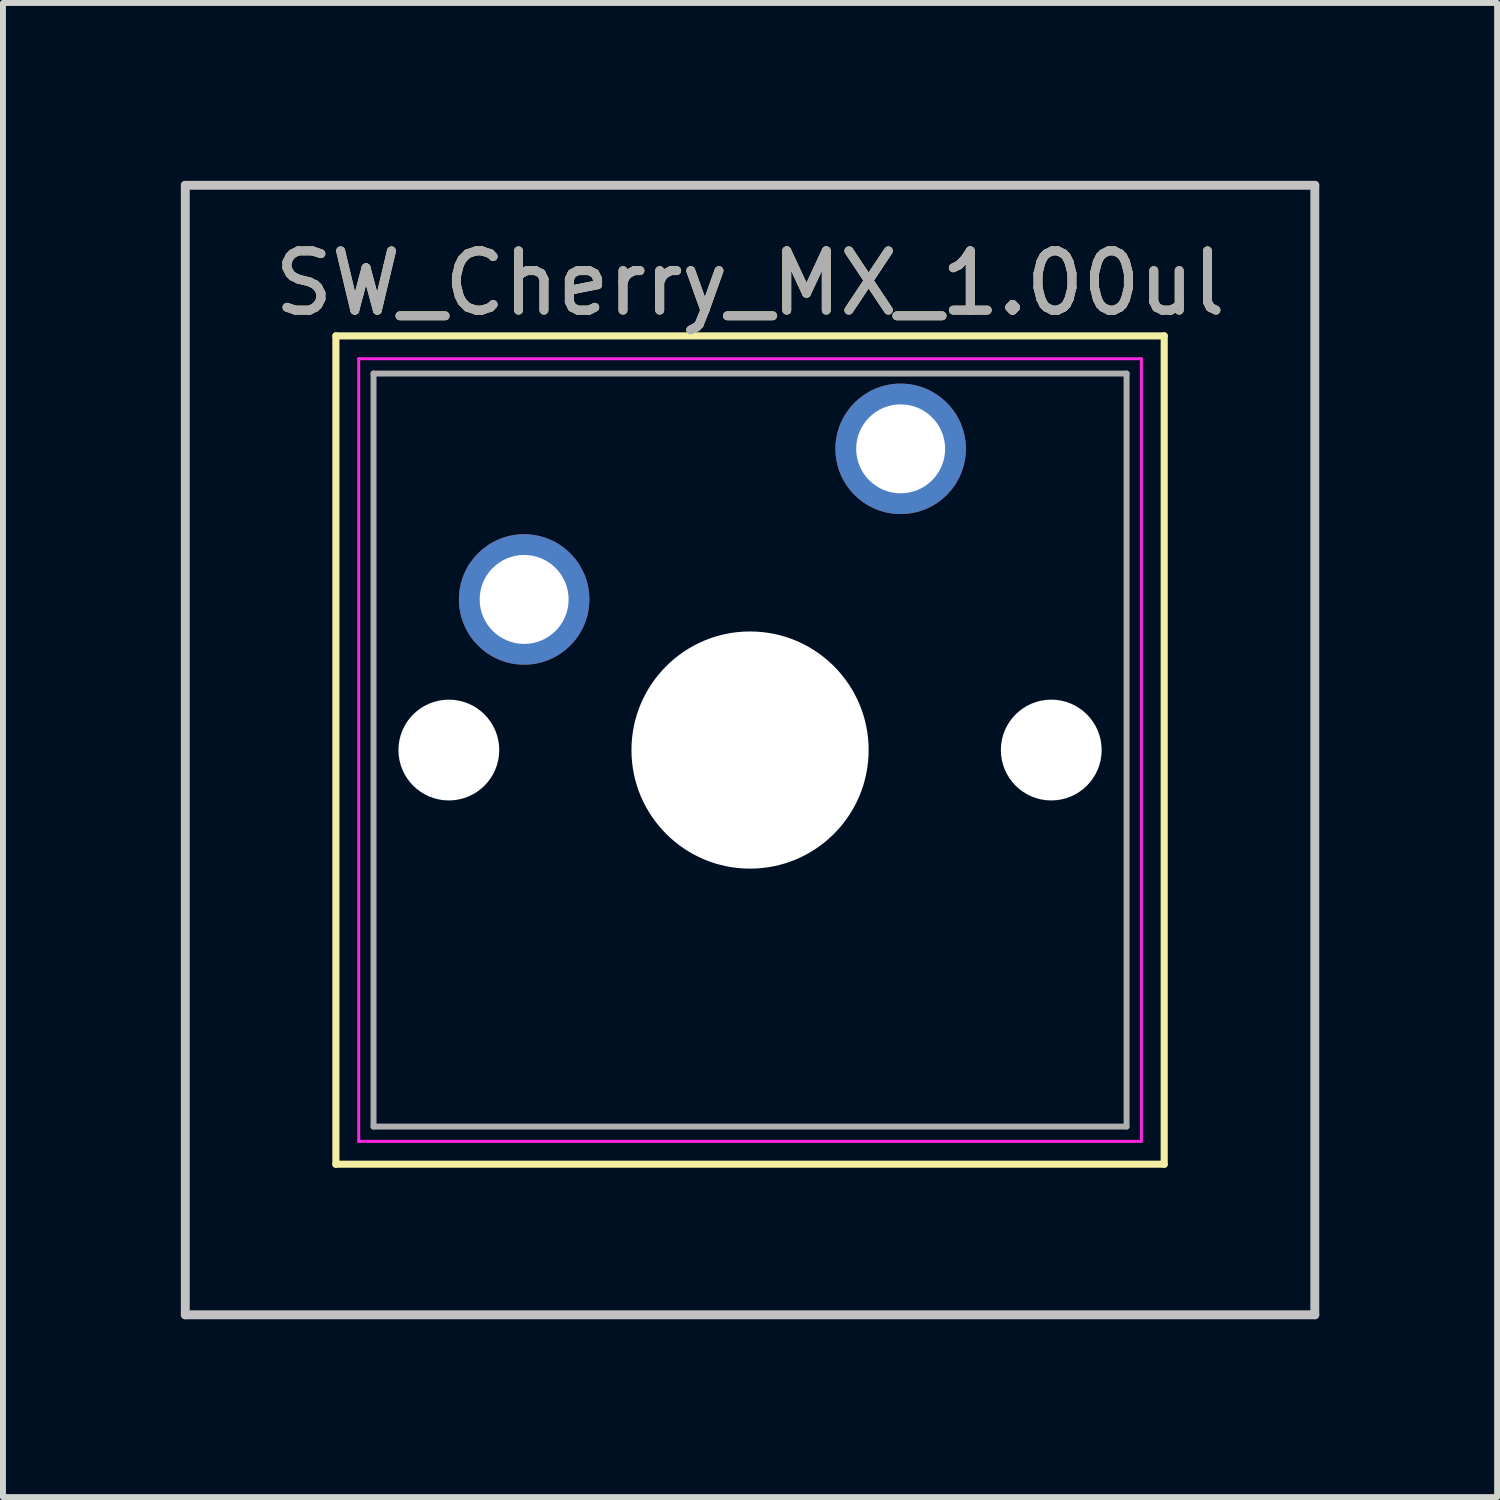
<source format=kicad_pcb>
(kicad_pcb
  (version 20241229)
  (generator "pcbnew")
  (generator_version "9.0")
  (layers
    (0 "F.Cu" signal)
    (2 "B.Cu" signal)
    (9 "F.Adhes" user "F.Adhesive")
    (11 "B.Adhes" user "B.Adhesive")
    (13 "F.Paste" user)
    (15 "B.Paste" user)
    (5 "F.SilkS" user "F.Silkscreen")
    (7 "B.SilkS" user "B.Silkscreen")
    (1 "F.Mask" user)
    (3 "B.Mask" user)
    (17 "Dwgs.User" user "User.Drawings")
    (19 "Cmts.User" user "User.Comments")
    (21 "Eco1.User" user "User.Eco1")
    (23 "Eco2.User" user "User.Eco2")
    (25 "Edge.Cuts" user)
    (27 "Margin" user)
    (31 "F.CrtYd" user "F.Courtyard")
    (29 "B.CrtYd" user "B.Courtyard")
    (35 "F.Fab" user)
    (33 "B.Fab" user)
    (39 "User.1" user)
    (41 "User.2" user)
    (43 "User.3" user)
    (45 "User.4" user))
  (footprint "SW_Cherry_MX_1.00ul"
    (layer "F.Cu")
    (at 12.14 4.52)
    (property "Reference" "SW_Cherry_MX_1.00ul" (at -2.54 -2.794 0) (layer "F.SilkS") (effects (font (size 1 1) (thickness 0.15))))
    (attr through_hole)
    (fp_line (start -9.525 -1.905) (end 4.445 -1.905) (stroke (width 0.12) (type solid)) (layer "F.SilkS"))
    (fp_line (start -9.525 12.065) (end -9.525 -1.905) (stroke (width 0.12) (type solid)) (layer "F.SilkS"))
    (fp_line (start 4.445 -1.905) (end 4.445 12.065) (stroke (width 0.12) (type solid)) (layer "F.SilkS"))
    (fp_line (start 4.445 12.065) (end -9.525 12.065) (stroke (width 0.12) (type solid)) (layer "F.SilkS"))
    (fp_line (start -12.065 -4.445) (end 6.985 -4.445) (stroke (width 0.15) (type solid)) (layer "Dwgs.User"))
    (fp_line (start -12.065 14.605) (end -12.065 -4.445) (stroke (width 0.15) (type solid)) (layer "Dwgs.User"))
    (fp_line (start 6.985 -4.445) (end 6.985 14.605) (stroke (width 0.15) (type solid)) (layer "Dwgs.User"))
    (fp_line (start 6.985 14.605) (end -12.065 14.605) (stroke (width 0.15) (type solid)) (layer "Dwgs.User"))
    (fp_line (start -9.14 -1.52) (end 4.06 -1.52) (stroke (width 0.05) (type solid)) (layer "F.CrtYd"))
    (fp_line (start -9.14 11.68) (end -9.14 -1.52) (stroke (width 0.05) (type solid)) (layer "F.CrtYd"))
    (fp_line (start 4.06 -1.52) (end 4.06 11.68) (stroke (width 0.05) (type solid)) (layer "F.CrtYd"))
    (fp_line (start 4.06 11.68) (end -9.14 11.68) (stroke (width 0.05) (type solid)) (layer "F.CrtYd"))
    (fp_line (start -8.89 -1.27) (end 3.81 -1.27) (stroke (width 0.1) (type solid)) (layer "F.Fab"))
    (fp_line (start -8.89 11.43) (end -8.89 -1.27) (stroke (width 0.1) (type solid)) (layer "F.Fab"))
    (fp_line (start 3.81 -1.27) (end 3.81 11.43) (stroke (width 0.1) (type solid)) (layer "F.Fab"))
    (fp_line (start 3.81 11.43) (end -8.89 11.43) (stroke (width 0.1) (type solid)) (layer "F.Fab"))
    (fp_text user "${REFERENCE}" (at -2.54 -2.794 0) (layer "F.Fab") (effects (font (size 1 1) (thickness 0.15))))
    (pad "" np_thru_hole circle (at -7.62 5.08) (size 1.7 1.7) (drill 1.7) (layers "*.Cu" "*.Mask"))
    (pad "" np_thru_hole circle (at -2.54 5.08) (size 4 4) (drill 4) (layers "*.Cu" "*.Mask"))
    (pad "" np_thru_hole circle (at 2.54 5.08) (size 1.7 1.7) (drill 1.7) (layers "*.Cu" "*.Mask"))
    (pad "1" thru_hole circle (at 0 0) (size 2.2 2.2) (drill 1.5) (layers "*.Cu" "*.Mask"))
    (pad "2" thru_hole circle (at -6.35 2.54) (size 2.2 2.2) (drill 1.5) (layers "*.Cu" "*.Mask")))
  (gr_rect
    (start -3 -3)
    (end 22.2 22.2)
    (stroke (width 0.1) (type default))
    (fill no)
    (layer "Edge.Cuts")))
</source>
